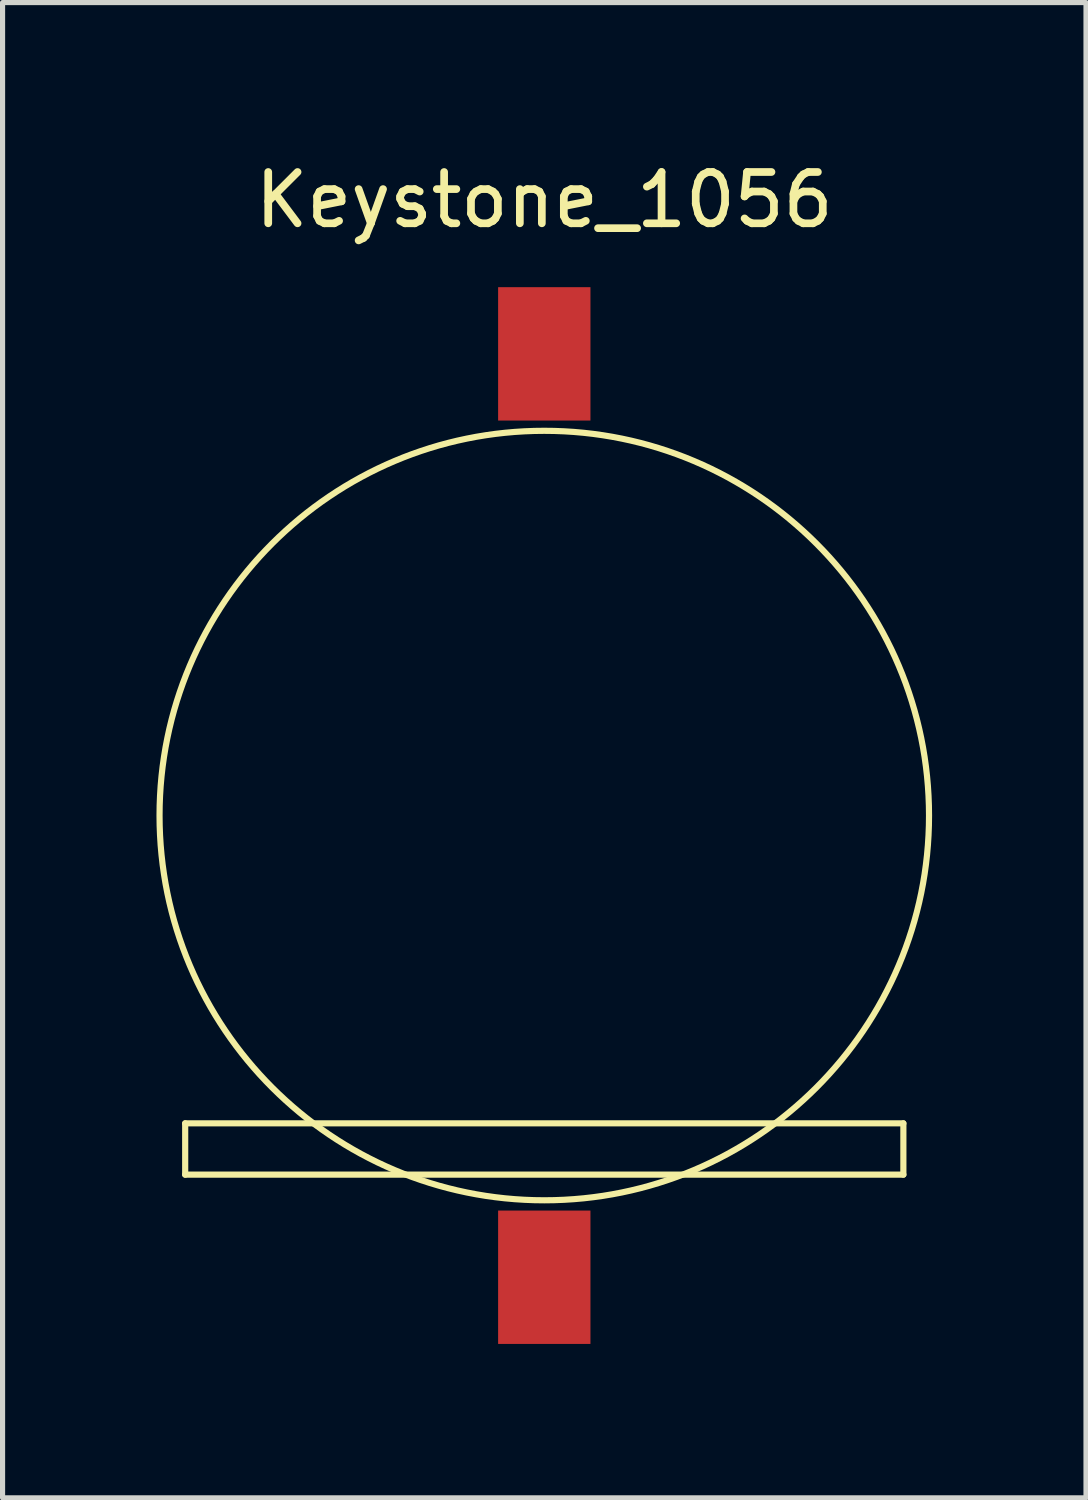
<source format=kicad_pcb>
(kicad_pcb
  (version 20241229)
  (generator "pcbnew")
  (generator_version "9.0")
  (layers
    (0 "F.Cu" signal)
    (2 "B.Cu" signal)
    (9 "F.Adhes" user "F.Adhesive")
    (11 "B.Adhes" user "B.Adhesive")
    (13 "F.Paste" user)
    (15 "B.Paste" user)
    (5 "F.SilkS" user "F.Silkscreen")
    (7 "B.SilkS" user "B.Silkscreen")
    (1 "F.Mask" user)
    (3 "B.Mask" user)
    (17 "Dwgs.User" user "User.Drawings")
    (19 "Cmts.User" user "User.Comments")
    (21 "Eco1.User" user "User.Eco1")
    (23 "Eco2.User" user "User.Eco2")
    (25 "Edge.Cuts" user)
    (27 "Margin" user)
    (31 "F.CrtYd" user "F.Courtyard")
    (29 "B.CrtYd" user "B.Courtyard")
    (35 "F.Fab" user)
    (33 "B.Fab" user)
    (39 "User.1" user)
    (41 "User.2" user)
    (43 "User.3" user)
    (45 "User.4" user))
  (footprint "Keystone_1056"
    (layer "F.Cu")
    (at 7.56 12.848)
    (property "Reference" "Keystone_1056" (at 0 -12 0) (layer "F.SilkS") (effects (font (size 1 1) (thickness 0.15))))
    (attr through_hole)
    (fp_line (start -7 6) (end -7 7) (stroke (width 0.12) (type solid)) (layer "F.SilkS"))
    (fp_line (start -7 7) (end 7 7) (stroke (width 0.12) (type solid)) (layer "F.SilkS"))
    (fp_line (start 7 6) (end -7 6) (stroke (width 0.12) (type solid)) (layer "F.SilkS"))
    (fp_line (start 7 7) (end 7 6) (stroke (width 0.12) (type solid)) (layer "F.SilkS"))
    (fp_circle (center 0 0) (end 7.5 0) (stroke (width 0.12) (type solid)) (fill no) (layer "F.SilkS"))
    (pad "1" smd rect (at 0 9) (size 1.8 2.6) (layers "F.Cu" "F.Mask" "F.Paste"))
    (pad "2" smd rect (at 0 -9) (size 1.8 2.6) (layers "F.Cu" "F.Mask" "F.Paste")))
  (gr_rect
    (start -3 -3)
    (end 18.12 26.148)
    (stroke (width 0.1) (type default))
    (fill no)
    (layer "Edge.Cuts")))
</source>
